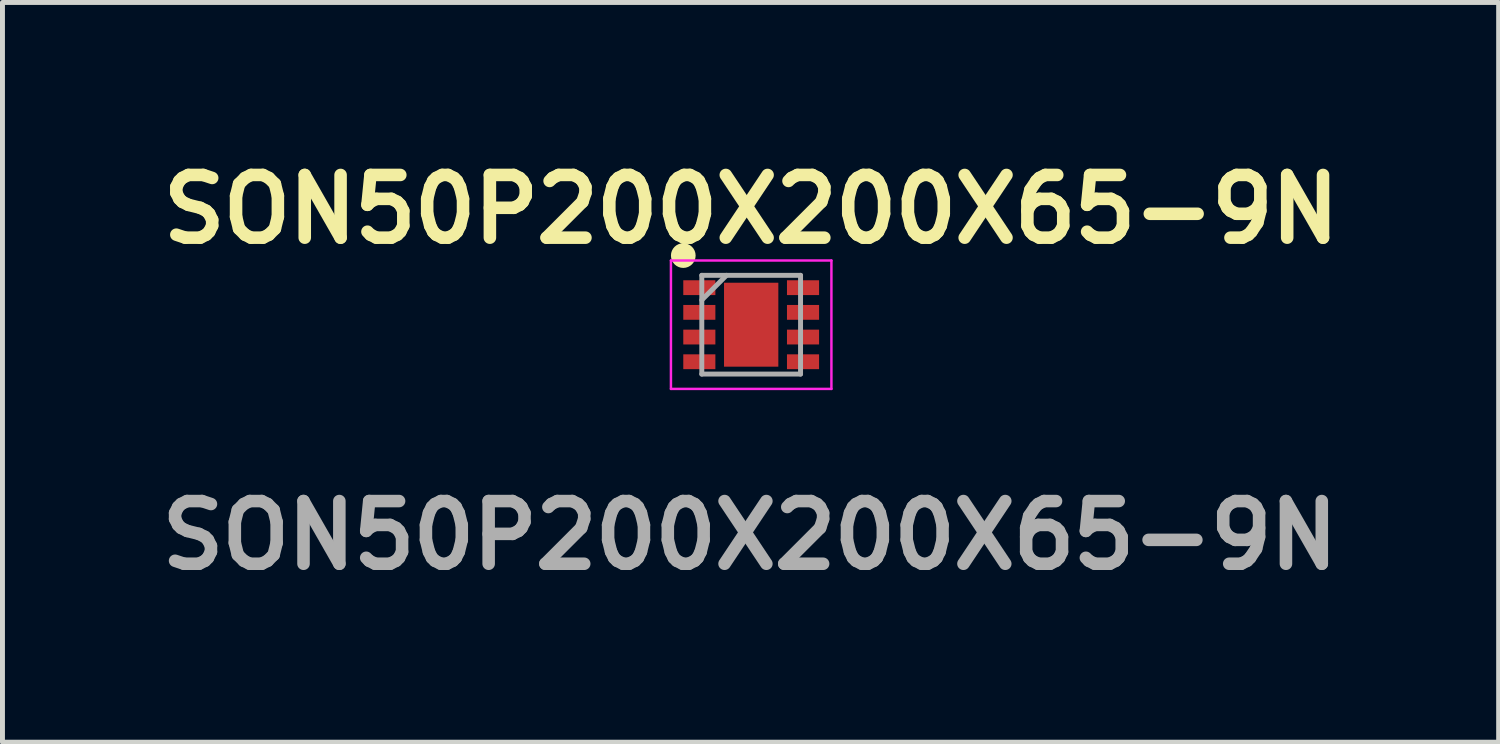
<source format=kicad_pcb>
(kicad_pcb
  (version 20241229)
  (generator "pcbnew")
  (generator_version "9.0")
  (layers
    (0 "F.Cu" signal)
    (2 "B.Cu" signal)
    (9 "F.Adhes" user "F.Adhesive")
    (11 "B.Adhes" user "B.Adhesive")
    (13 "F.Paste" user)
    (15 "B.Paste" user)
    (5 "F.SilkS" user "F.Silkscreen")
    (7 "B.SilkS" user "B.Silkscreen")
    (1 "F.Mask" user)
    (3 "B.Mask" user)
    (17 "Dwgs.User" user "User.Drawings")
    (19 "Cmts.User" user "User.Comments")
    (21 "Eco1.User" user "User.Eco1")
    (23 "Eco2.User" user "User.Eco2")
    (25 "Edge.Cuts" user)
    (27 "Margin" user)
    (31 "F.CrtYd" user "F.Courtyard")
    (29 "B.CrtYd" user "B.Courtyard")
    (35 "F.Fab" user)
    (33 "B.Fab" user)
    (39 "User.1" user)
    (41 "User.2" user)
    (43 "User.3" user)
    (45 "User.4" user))
  (footprint "SON50P200X200X65-9N"
    (layer "F.Cu")
    (at 12.163 3.526)
    (property "Reference" "SON50P200X200X65-9N" (at 0 -2.337 0) (layer "F.SilkS") (effects (font (size 1.27 1.27) (thickness 0.254))))
    (attr smd)
    (fp_circle (center -1.375 -1.4) (end -1.375 -1.275) (stroke (width 0.25) (type solid)) (fill no) (layer "F.SilkS"))
    (fp_line (start -1.625 -1.3) (end 1.625 -1.3) (stroke (width 0.05) (type solid)) (layer "F.CrtYd"))
    (fp_line (start -1.625 1.3) (end -1.625 -1.3) (stroke (width 0.05) (type solid)) (layer "F.CrtYd"))
    (fp_line (start 1.625 -1.3) (end 1.625 1.3) (stroke (width 0.05) (type solid)) (layer "F.CrtYd"))
    (fp_line (start 1.625 1.3) (end -1.625 1.3) (stroke (width 0.05) (type solid)) (layer "F.CrtYd"))
    (fp_line (start -1 -1) (end 1 -1) (stroke (width 0.1) (type solid)) (layer "F.Fab"))
    (fp_line (start -1 -0.5) (end -0.5 -1) (stroke (width 0.1) (type solid)) (layer "F.Fab"))
    (fp_line (start -1 1) (end -1 -1) (stroke (width 0.1) (type solid)) (layer "F.Fab"))
    (fp_line (start 1 -1) (end 1 1) (stroke (width 0.1) (type solid)) (layer "F.Fab"))
    (fp_line (start 1 1) (end -1 1) (stroke (width 0.1) (type solid)) (layer "F.Fab"))
    (fp_text user "${REFERENCE}" (at -0.025 4.267 0) (layer "F.Fab") (effects (font (size 1.27 1.27) (thickness 0.254))))
    (pad "1" smd rect (at -1.05 -0.75 90) (size 0.3 0.65) (layers "F.Cu" "F.Mask" "F.Paste"))
    (pad "2" smd rect (at -1.05 -0.25 90) (size 0.3 0.65) (layers "F.Cu" "F.Mask" "F.Paste"))
    (pad "3" smd rect (at -1.05 0.25 90) (size 0.3 0.65) (layers "F.Cu" "F.Mask" "F.Paste"))
    (pad "4" smd rect (at -1.05 0.75 90) (size 0.3 0.65) (layers "F.Cu" "F.Mask" "F.Paste"))
    (pad "5" smd rect (at 1.05 0.75 90) (size 0.3 0.65) (layers "F.Cu" "F.Mask" "F.Paste"))
    (pad "6" smd rect (at 1.05 0.25 90) (size 0.3 0.65) (layers "F.Cu" "F.Mask" "F.Paste"))
    (pad "7" smd rect (at 1.05 -0.25 90) (size 0.3 0.65) (layers "F.Cu" "F.Mask" "F.Paste"))
    (pad "8" smd rect (at 1.05 -0.75 90) (size 0.3 0.65) (layers "F.Cu" "F.Mask" "F.Paste"))
    (pad "9" smd rect (at 0 0) (size 1.1 1.7) (layers "F.Cu" "F.Mask" "F.Paste")))
  (gr_rect
    (start -3 -3)
    (end 27.301 11.981)
    (stroke (width 0.1) (type default))
    (fill no)
    (layer "Edge.Cuts")))
</source>
